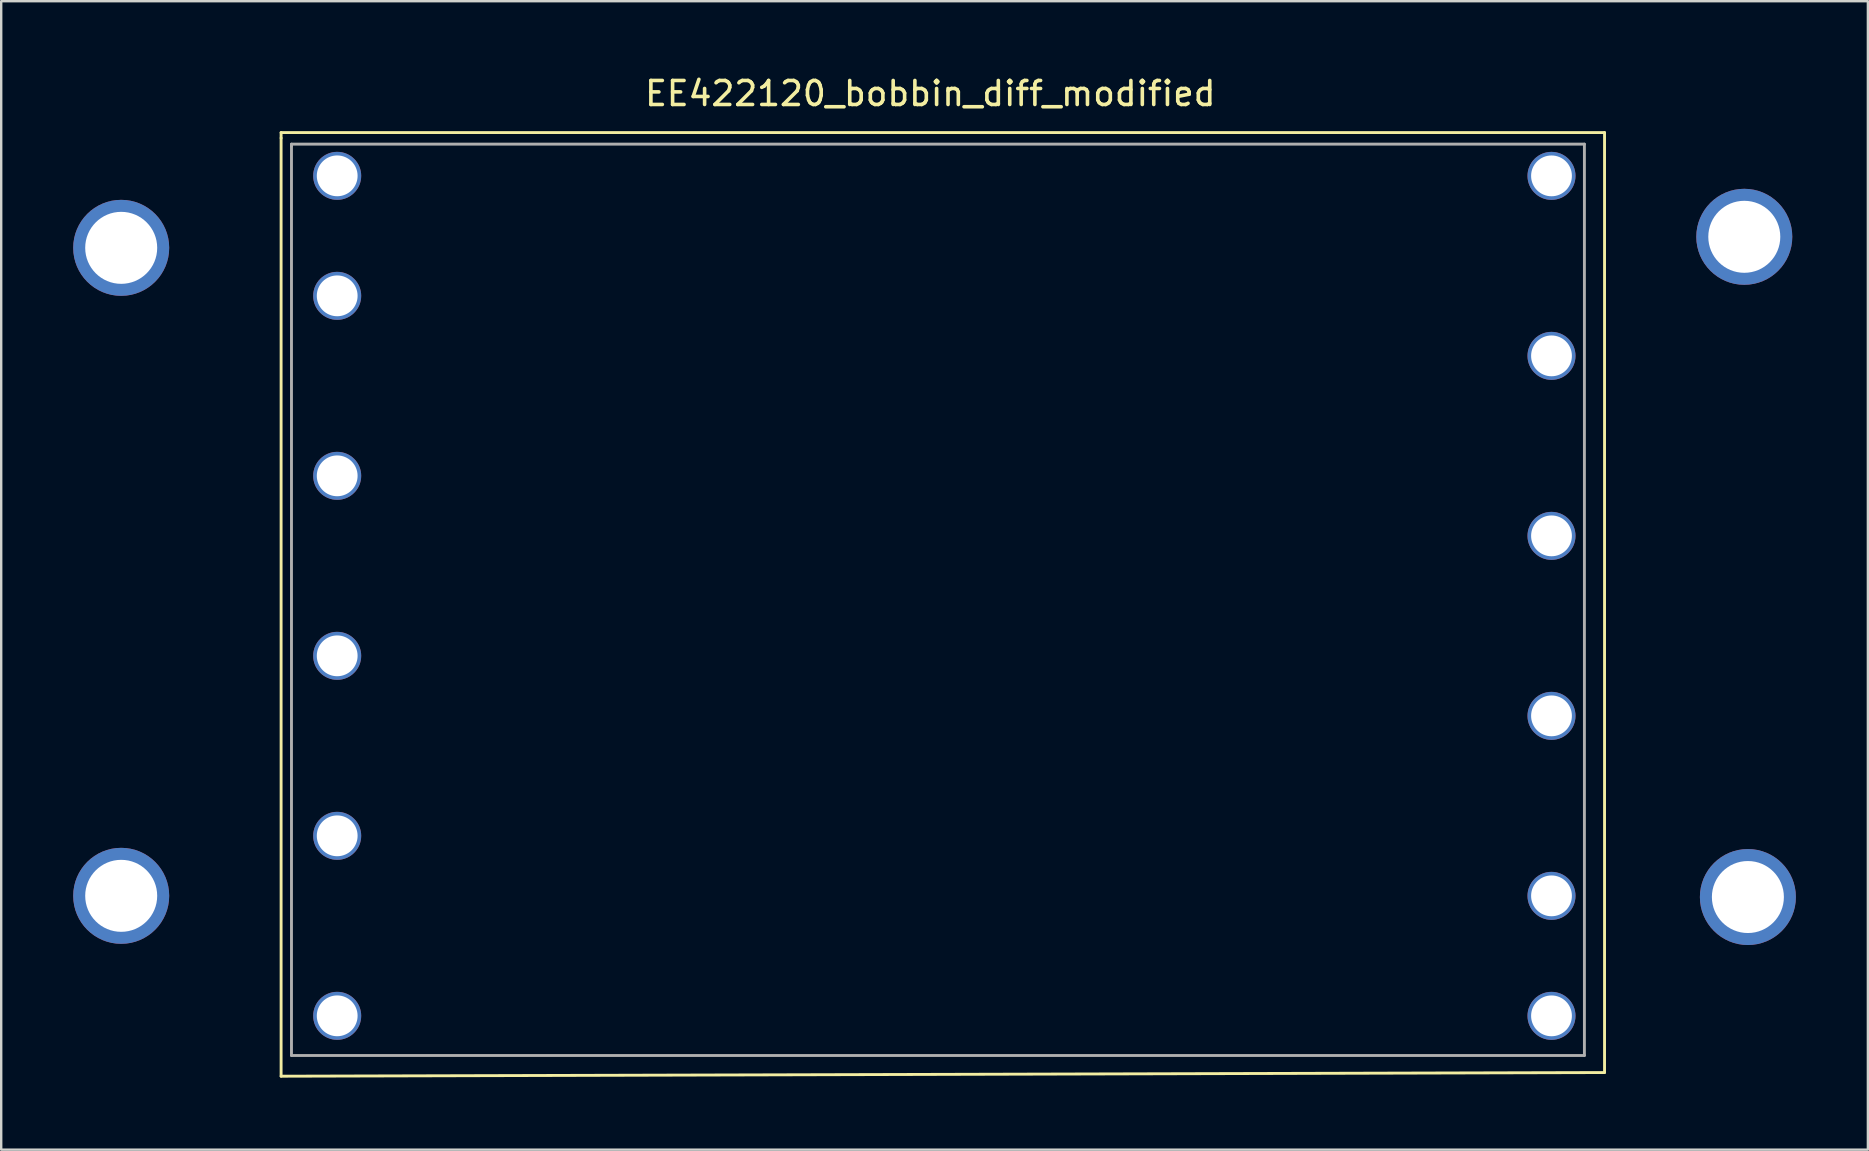
<source format=kicad_pcb>
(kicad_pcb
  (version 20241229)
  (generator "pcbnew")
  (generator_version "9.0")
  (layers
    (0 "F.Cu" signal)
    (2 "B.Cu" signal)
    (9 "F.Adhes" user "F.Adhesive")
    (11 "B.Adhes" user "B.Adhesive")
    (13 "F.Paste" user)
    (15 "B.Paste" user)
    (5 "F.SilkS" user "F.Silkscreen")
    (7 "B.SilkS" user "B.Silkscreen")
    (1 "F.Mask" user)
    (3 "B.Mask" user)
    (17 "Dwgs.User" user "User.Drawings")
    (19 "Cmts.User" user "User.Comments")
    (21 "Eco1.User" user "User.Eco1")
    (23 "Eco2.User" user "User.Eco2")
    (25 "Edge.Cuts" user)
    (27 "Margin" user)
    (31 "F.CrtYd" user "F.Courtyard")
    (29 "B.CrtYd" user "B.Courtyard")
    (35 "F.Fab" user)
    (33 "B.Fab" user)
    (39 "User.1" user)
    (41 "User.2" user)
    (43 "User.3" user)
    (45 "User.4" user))
  (footprint "EE422120_bobbin_diff_modified"
    (layer "F.Cu")
    (at 11 4.277)
    (property "Reference" "EE422120_bobbin_diff_modified" (at 24.714 -3.429 0) (layer "F.SilkS") (effects (font (size 1 1) (thickness 0.15))))
    (attr through_hole)
    (fp_line (start -2.337 -1.803) (end -2.337 -1.575) (stroke (width 0.12) (type solid)) (layer "F.SilkS"))
    (fp_line (start -2.337 -1.575) (end -2.337 37.516) (stroke (width 0.12) (type solid)) (layer "F.SilkS"))
    (fp_line (start -2.337 37.516) (end 52.807 37.363) (stroke (width 0.12) (type solid)) (layer "F.SilkS"))
    (fp_line (start 52.807 -1.803) (end -2.337 -1.803) (stroke (width 0.12) (type solid)) (layer "F.SilkS"))
    (fp_line (start 52.807 37.363) (end 52.807 -1.803) (stroke (width 0.12) (type solid)) (layer "F.SilkS"))
    (fp_line (start -1.905 -1.321) (end -1.905 -1.245) (stroke (width 0.12) (type solid)) (layer "F.Fab"))
    (fp_line (start -1.905 -1.245) (end -1.905 36.652) (stroke (width 0.12) (type solid)) (layer "F.Fab"))
    (fp_line (start -1.905 36.652) (end 51.968 36.652) (stroke (width 0.12) (type solid)) (layer "F.Fab"))
    (fp_line (start 51.968 -1.321) (end -1.905 -1.321) (stroke (width 0.12) (type solid)) (layer "F.Fab"))
    (fp_line (start 51.968 36.652) (end 51.968 -1.321) (stroke (width 0.12) (type solid)) (layer "F.Fab"))
    (pad "" np_thru_hole circle (at 0 0) (size 2 2) (drill 1.7) (layers "*.Cu" "*.Mask"))
    (pad "" np_thru_hole circle (at 0 5) (size 2 2) (drill 1.7) (layers "*.Cu" "*.Mask"))
    (pad "" np_thru_hole circle (at 0 12.5) (size 2 2) (drill 1.7) (layers "*.Cu" "*.Mask"))
    (pad "" np_thru_hole circle (at 0 20) (size 2 2) (drill 1.7) (layers "*.Cu" "*.Mask"))
    (pad "" np_thru_hole circle (at 0 27.5) (size 2 2) (drill 1.7) (layers "*.Cu" "*.Mask"))
    (pad "" np_thru_hole circle (at 0 35) (size 2 2) (drill 1.7) (layers "*.Cu" "*.Mask"))
    (pad "" np_thru_hole circle (at 50.597 0.001 180) (size 2 2) (drill 1.7) (layers "*.Cu" "*.Mask"))
    (pad "" np_thru_hole circle (at 50.597 7.501 180) (size 2 2) (drill 1.7) (layers "*.Cu" "*.Mask"))
    (pad "" np_thru_hole circle (at 50.597 15.001 180) (size 2 2) (drill 1.7) (layers "*.Cu" "*.Mask"))
    (pad "" np_thru_hole circle (at 50.597 22.501 180) (size 2 2) (drill 1.7) (layers "*.Cu" "*.Mask"))
    (pad "" np_thru_hole circle (at 50.597 30.001 180) (size 2 2) (drill 1.7) (layers "*.Cu" "*.Mask"))
    (pad "" np_thru_hole circle (at 50.597 35.001 180) (size 2 2) (drill 1.7) (layers "*.Cu" "*.Mask"))
    (pad "1" thru_hole circle (at -9 3) (size 4 4) (drill 3) (layers "*.Cu" "*.Mask"))
    (pad "2" thru_hole circle (at -9 30) (size 4 4) (drill 3) (layers "*.Cu" "*.Mask"))
    (pad "3" thru_hole circle (at 58.63 2.54) (size 4 4) (drill 3) (layers "*.Cu" "*.Mask"))
    (pad "4" thru_hole circle (at 58.78 30.05) (size 4 4) (drill 3) (layers "*.Cu" "*.Mask")))
  (gr_rect
    (start -3 -3)
    (end 74.78 44.853)
    (stroke (width 0.1) (type default))
    (fill no)
    (layer "Edge.Cuts")))
</source>
